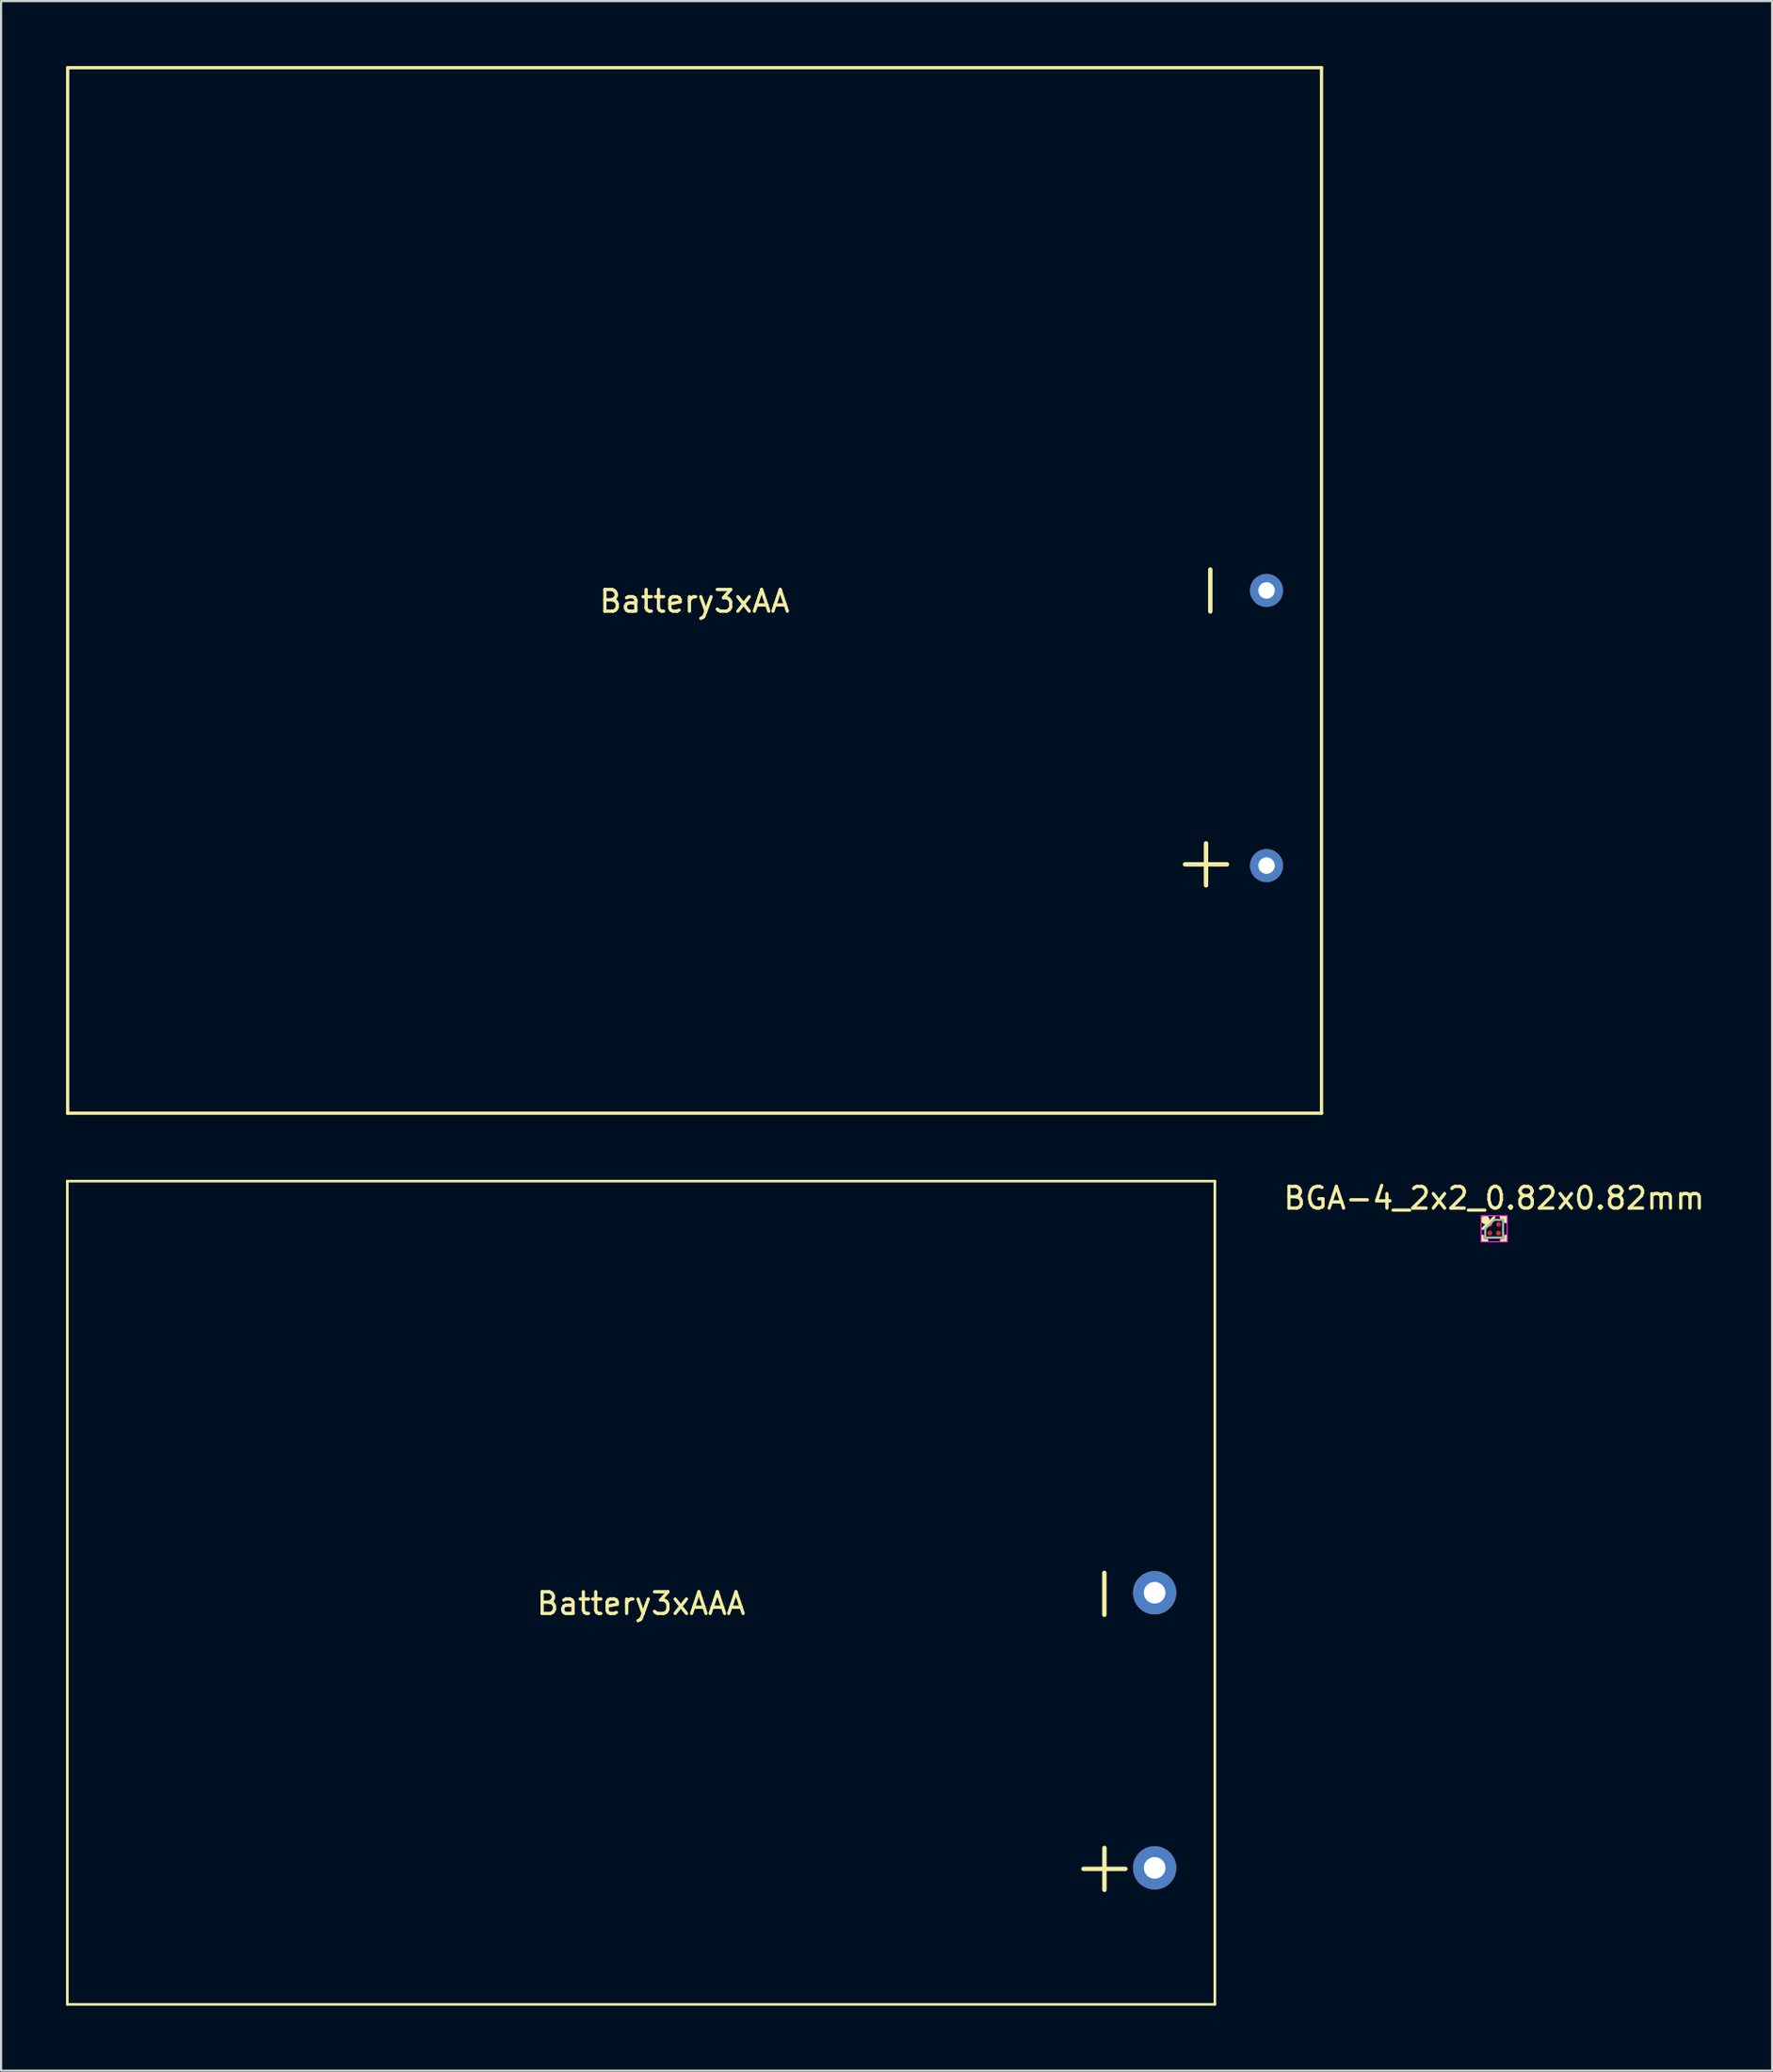
<source format=kicad_pcb>
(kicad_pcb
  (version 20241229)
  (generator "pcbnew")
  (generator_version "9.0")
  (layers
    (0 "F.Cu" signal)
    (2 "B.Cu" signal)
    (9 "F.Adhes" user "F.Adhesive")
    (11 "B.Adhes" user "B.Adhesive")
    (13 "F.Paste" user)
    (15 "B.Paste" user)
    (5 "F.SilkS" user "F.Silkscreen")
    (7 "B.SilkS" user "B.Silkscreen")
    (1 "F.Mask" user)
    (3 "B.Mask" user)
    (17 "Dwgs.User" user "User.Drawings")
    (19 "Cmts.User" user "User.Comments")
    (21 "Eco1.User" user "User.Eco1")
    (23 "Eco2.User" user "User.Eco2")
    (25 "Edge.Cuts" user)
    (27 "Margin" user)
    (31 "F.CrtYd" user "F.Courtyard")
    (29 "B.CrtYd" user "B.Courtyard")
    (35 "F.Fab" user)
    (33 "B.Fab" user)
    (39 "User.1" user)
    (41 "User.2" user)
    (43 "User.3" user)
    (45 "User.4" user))
  (footprint "Battery3xAA"
    (layer "F.Cu")
    (at 29.031 24.205)
    (property "Reference" "Battery3xAA" (at 0 0.5 0) (layer "F.SilkS") (effects (font (size 1 1) (thickness 0.15))))
    (attr through_hole)
    (fp_line (start -28.956 -24.13) (end 28.956 -24.13) (stroke (width 0.15) (type solid)) (layer "F.SilkS"))
    (fp_line (start -28.956 24.13) (end -28.956 -24.13) (stroke (width 0.15) (type solid)) (layer "F.SilkS"))
    (fp_line (start 28.956 -24.13) (end 28.956 24.13) (stroke (width 0.15) (type solid)) (layer "F.SilkS"))
    (fp_line (start 28.956 24.13) (end -28.956 24.13) (stroke (width 0.15) (type solid)) (layer "F.SilkS"))
    (fp_text user "+" (at 23.622 12.446 0) (layer "F.SilkS") (effects (font (size 2.54 2.54) (thickness 0.203))))
    (fp_text user "-" (at 23.622 0 90) (layer "F.SilkS") (effects (font (size 2.54 2.54) (thickness 0.203))))
    (pad "1" thru_hole circle (at 26.416 12.7) (size 1.524 1.524) (drill 0.762) (layers "*.Cu" "*.Mask"))
    (pad "2" thru_hole circle (at 26.416 0) (size 1.524 1.524) (drill 0.762) (layers "*.Cu" "*.Mask")))
  (footprint "BGA-4_2x2_0.82x0.82mm"
    (layer "F.Cu")
    (at 65.959 53.668)
    (property "Reference" "BGA-4_2x2_0.82x0.82mm" (at 0 -1.41 0) (layer "F.SilkS") (effects (font (size 1 1) (thickness 0.15))))
    (attr smd)
    (fp_line (start -0.53 0.53) (end -0.53 0.325) (stroke (width 0.12) (type solid)) (layer "F.SilkS"))
    (fp_line (start -0.325 0.53) (end -0.53 0.53) (stroke (width 0.12) (type solid)) (layer "F.SilkS"))
    (fp_line (start 0 -0.53) (end -0.53 0) (stroke (width 0.12) (type solid)) (layer "F.SilkS"))
    (fp_line (start 0.325 -0.53) (end 0.53 -0.53) (stroke (width 0.12) (type solid)) (layer "F.SilkS"))
    (fp_line (start 0.325 -0.53) (end 0.53 -0.53) (stroke (width 0.12) (type solid)) (layer "F.SilkS"))
    (fp_line (start 0.325 -0.53) (end 0.53 -0.53) (stroke (width 0.12) (type solid)) (layer "F.SilkS"))
    (fp_line (start 0.325 0.53) (end 0.53 0.53) (stroke (width 0.12) (type solid)) (layer "F.SilkS"))
    (fp_line (start 0.53 -0.53) (end 0.53 -0.325) (stroke (width 0.12) (type solid)) (layer "F.SilkS"))
    (fp_line (start 0.53 -0.53) (end 0.53 -0.325) (stroke (width 0.12) (type solid)) (layer "F.SilkS"))
    (fp_line (start 0.53 -0.53) (end 0.53 -0.325) (stroke (width 0.12) (type solid)) (layer "F.SilkS"))
    (fp_line (start 0.53 0.53) (end 0.53 0.325) (stroke (width 0.12) (type solid)) (layer "F.SilkS"))
    (fp_circle (center -0.41 -0.41) (end -0.41 -0.31) (stroke (width 0.2) (type solid)) (fill no) (layer "F.SilkS"))
    (fp_line (start -0.6 -0.6) (end 0.6 -0.6) (stroke (width 0.05) (type solid)) (layer "F.CrtYd"))
    (fp_line (start -0.6 0.6) (end -0.6 -0.6) (stroke (width 0.05) (type solid)) (layer "F.CrtYd"))
    (fp_line (start 0.6 -0.6) (end 0.6 0.6) (stroke (width 0.05) (type solid)) (layer "F.CrtYd"))
    (fp_line (start 0.6 0.6) (end -0.6 0.6) (stroke (width 0.05) (type solid)) (layer "F.CrtYd"))
    (fp_line (start -0.41 0) (end -0.41 0.41) (stroke (width 0.1) (type solid)) (layer "F.Fab"))
    (fp_line (start -0.41 0.41) (end 0.41 0.41) (stroke (width 0.1) (type solid)) (layer "F.Fab"))
    (fp_line (start 0 -0.41) (end -0.41 0) (stroke (width 0.1) (type solid)) (layer "F.Fab"))
    (fp_line (start 0.41 -0.41) (end 0 -0.41) (stroke (width 0.1) (type solid)) (layer "F.Fab"))
    (fp_line (start 0.41 0.41) (end 0.41 -0.41) (stroke (width 0.1) (type solid)) (layer "F.Fab"))
    (pad "A1" smd circle (at -0.2 -0.2) (size 0.22 0.22) (layers "F.Cu" "F.Mask" "F.Paste"))
    (pad "A2" smd circle (at 0.2 -0.2) (size 0.22 0.22) (layers "F.Cu" "F.Mask" "F.Paste"))
    (pad "B1" smd circle (at -0.2 0.2) (size 0.22 0.22) (layers "F.Cu" "F.Mask" "F.Paste"))
    (pad "B2" smd circle (at 0.2 0.2) (size 0.22 0.22) (layers "F.Cu" "F.Mask" "F.Paste")))
  (footprint "Battery3xAAA"
    (layer "F.Cu")
    (at 26.56 70.47)
    (property "Reference" "Battery3xAAA" (at 0 0.5 0) (layer "F.SilkS") (effects (font (size 1 1) (thickness 0.15))))
    (attr through_hole)
    (fp_line (start -26.5 -19) (end -26.5 19) (stroke (width 0.12) (type solid)) (layer "F.SilkS"))
    (fp_line (start -26.5 19) (end 26.5 19) (stroke (width 0.12) (type solid)) (layer "F.SilkS"))
    (fp_line (start 26.5 -19) (end -26.5 -19) (stroke (width 0.12) (type solid)) (layer "F.SilkS"))
    (fp_line (start 26.5 19) (end 26.5 -19) (stroke (width 0.12) (type solid)) (layer "F.SilkS"))
    (fp_text user "+" (at 21.4 12.55 0) (layer "F.SilkS") (effects (font (size 2.54 2.54) (thickness 0.203))))
    (fp_text user "-" (at 21.2 0.05 90) (layer "F.SilkS") (effects (font (size 2.54 2.54) (thickness 0.203))))
    (pad "1" thru_hole circle (at 23.72 12.7) (size 2 2) (drill 1) (layers "*.Cu" "*.Mask"))
    (pad "2" thru_hole circle (at 23.72 0) (size 2 2) (drill 1) (layers "*.Cu" "*.Mask")))
  (gr_rect
    (start -3 -3)
    (end 78.799 92.53)
    (stroke (width 0.1) (type default))
    (fill no)
    (layer "Edge.Cuts")))
</source>
